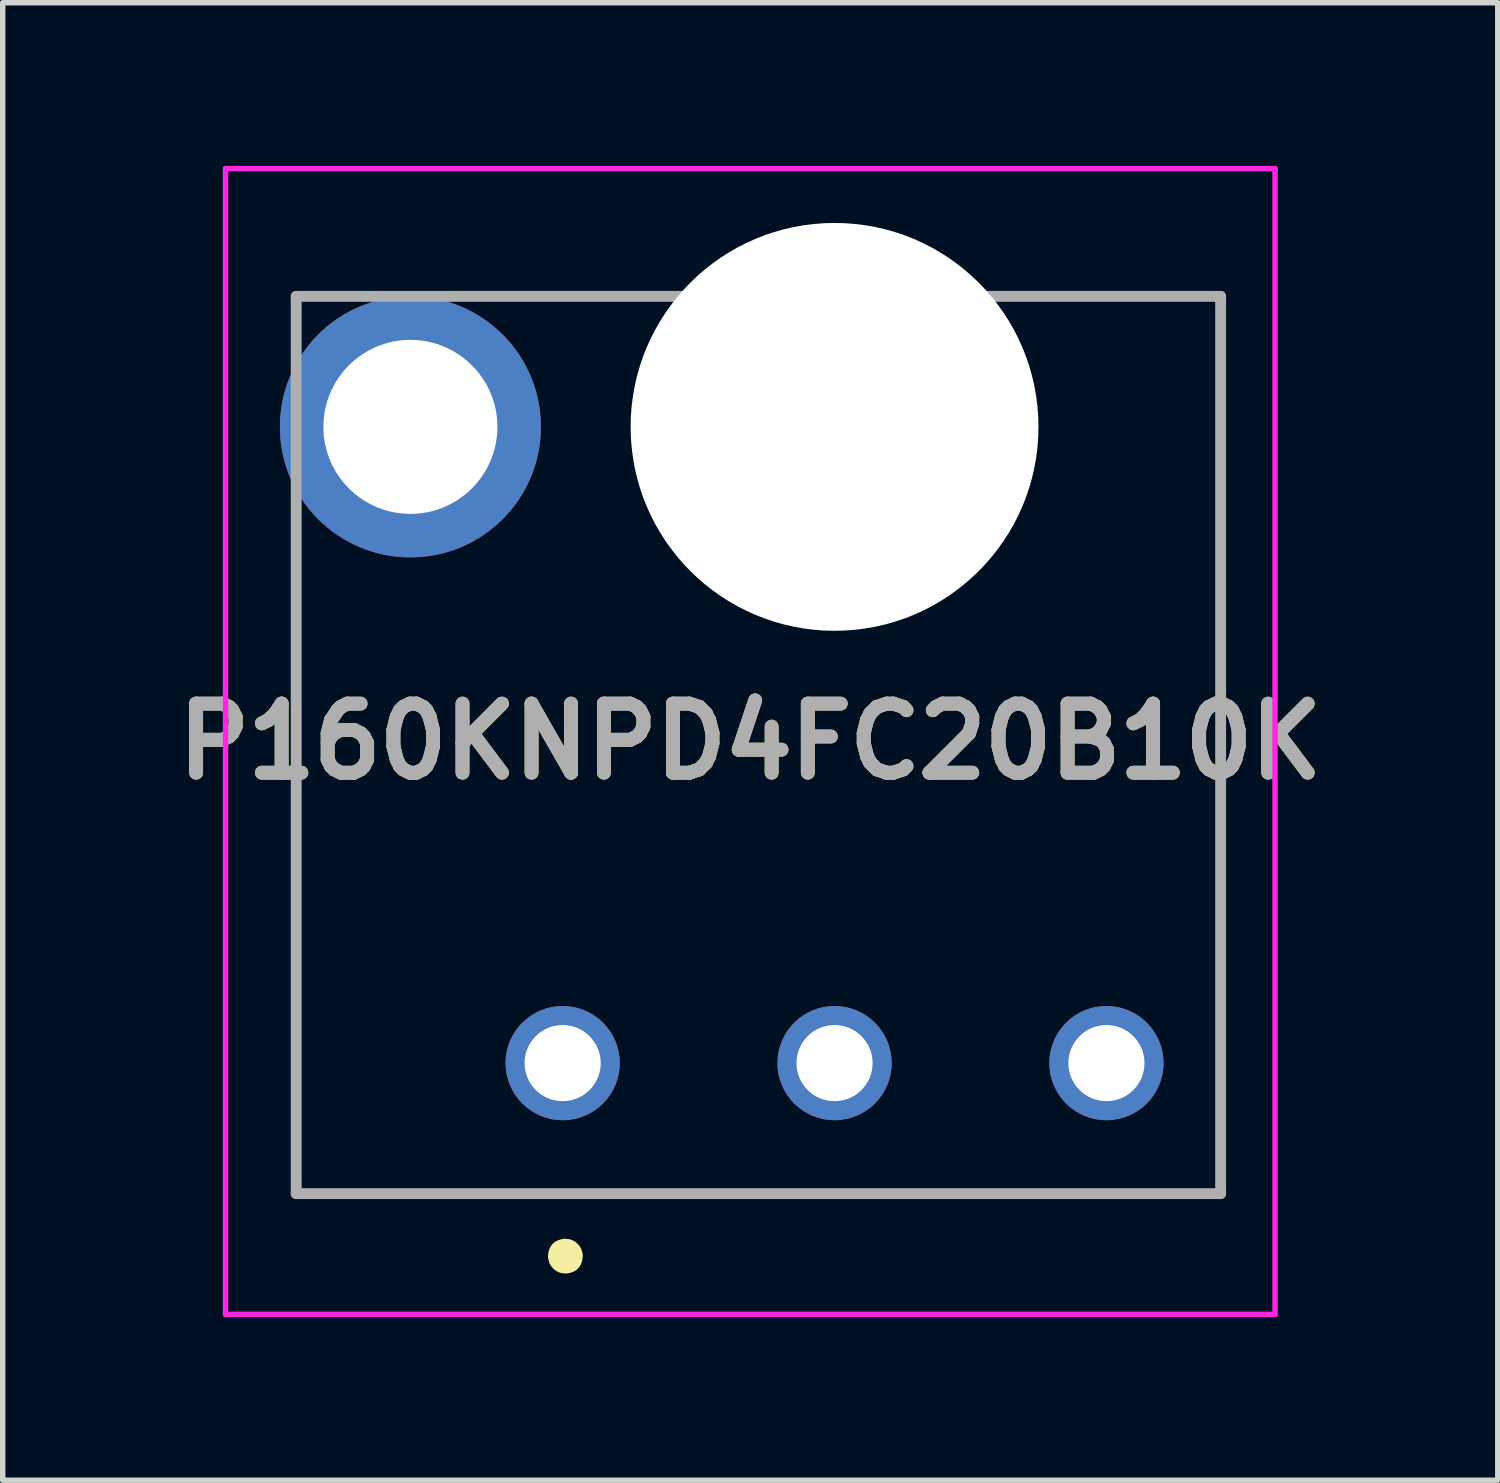
<source format=kicad_pcb>
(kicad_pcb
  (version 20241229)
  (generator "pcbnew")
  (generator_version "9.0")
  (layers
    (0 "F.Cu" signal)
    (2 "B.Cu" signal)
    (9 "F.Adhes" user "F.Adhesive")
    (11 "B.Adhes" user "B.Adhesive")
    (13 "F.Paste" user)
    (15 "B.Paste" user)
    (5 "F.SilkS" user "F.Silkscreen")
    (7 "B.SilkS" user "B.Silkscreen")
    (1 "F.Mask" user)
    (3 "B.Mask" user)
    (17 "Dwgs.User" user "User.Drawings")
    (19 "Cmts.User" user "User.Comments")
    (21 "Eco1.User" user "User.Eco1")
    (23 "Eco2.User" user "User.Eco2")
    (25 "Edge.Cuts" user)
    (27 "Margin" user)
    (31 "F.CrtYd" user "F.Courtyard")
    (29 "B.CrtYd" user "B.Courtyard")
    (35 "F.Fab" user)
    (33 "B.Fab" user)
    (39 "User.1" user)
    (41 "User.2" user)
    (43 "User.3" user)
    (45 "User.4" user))
  (footprint "P160KNPD4FC20B10K"
    (layer "F.Cu")
    (at 7.297 16.5)
    (property "Reference" "P160KNPD4FC20B10K" (at 3.45 -5.915 0) (layer "F.SilkS") (effects (font (size 1.27 1.27) (thickness 0.254))))
    (attr through_hole)
    (fp_line (start -4.9 2.4) (end -4.9 -7.85) (stroke (width 0.1) (type solid)) (layer "F.SilkS"))
    (fp_line (start 0 3.5) (end 0 3.5) (stroke (width 0.5) (type solid)) (layer "F.SilkS"))
    (fp_line (start 0.1 3.6) (end 0.1 3.6) (stroke (width 0.5) (type solid)) (layer "F.SilkS"))
    (fp_line (start 10.6 -14.1) (end 12.1 -14.1) (stroke (width 0.1) (type solid)) (layer "F.SilkS"))
    (fp_line (start 12.1 -14.1) (end 12.1 2.4) (stroke (width 0.1) (type solid)) (layer "F.SilkS"))
    (fp_line (start 12.1 2.4) (end -4.9 2.4) (stroke (width 0.1) (type solid)) (layer "F.SilkS"))
    (fp_arc (start 0 3.5) (mid 0.1 3.5) (end 0.1 3.6) (stroke (width 0.5) (type solid)) (layer "F.SilkS"))
    (fp_arc (start 0.1 3.6) (mid 0 3.6) (end 0 3.5) (stroke (width 0.5) (type solid)) (layer "F.SilkS"))
    (fp_line (start -6.2 -16.45) (end 13.1 -16.45) (stroke (width 0.1) (type solid)) (layer "F.CrtYd"))
    (fp_line (start -6.2 4.621) (end -6.2 -16.45) (stroke (width 0.1) (type solid)) (layer "F.CrtYd"))
    (fp_line (start 13.1 -16.45) (end 13.1 4.621) (stroke (width 0.1) (type solid)) (layer "F.CrtYd"))
    (fp_line (start 13.1 4.621) (end -6.2 4.621) (stroke (width 0.1) (type solid)) (layer "F.CrtYd"))
    (fp_line (start -4.9 -14.1) (end 12.1 -14.1) (stroke (width 0.2) (type solid)) (layer "F.Fab"))
    (fp_line (start -4.9 2.4) (end -4.9 -14.1) (stroke (width 0.2) (type solid)) (layer "F.Fab"))
    (fp_line (start 12.1 -14.1) (end 12.1 2.4) (stroke (width 0.2) (type solid)) (layer "F.Fab"))
    (fp_line (start 12.1 2.4) (end -4.9 2.4) (stroke (width 0.2) (type solid)) (layer "F.Fab"))
    (fp_text user "${REFERENCE}" (at 3.45 -5.915 0) (layer "F.Fab") (effects (font (size 1.27 1.27) (thickness 0.254))))
    (pad "" np_thru_hole circle (at 5 -11.7) (size 7.5 7.5) (drill 7.5) (layers "*.Cu" "*.Mask"))
    (pad "1" thru_hole circle (at 0 0) (size 2.1 2.1) (drill 1.4) (layers "*.Cu" "*.Mask"))
    (pad "2" thru_hole circle (at 5 0) (size 2.1 2.1) (drill 1.4) (layers "*.Cu" "*.Mask"))
    (pad "3" thru_hole circle (at 10 0) (size 2.1 2.1) (drill 1.4) (layers "*.Cu" "*.Mask"))
    (pad "MH1" thru_hole circle (at -2.8 -11.7) (size 4.8 4.8) (drill 3.2) (layers "*.Cu" "*.Mask")))
  (gr_rect
    (start -3 -3)
    (end 24.493 24.171)
    (stroke (width 0.1) (type default))
    (fill no)
    (layer "Edge.Cuts")))
</source>
